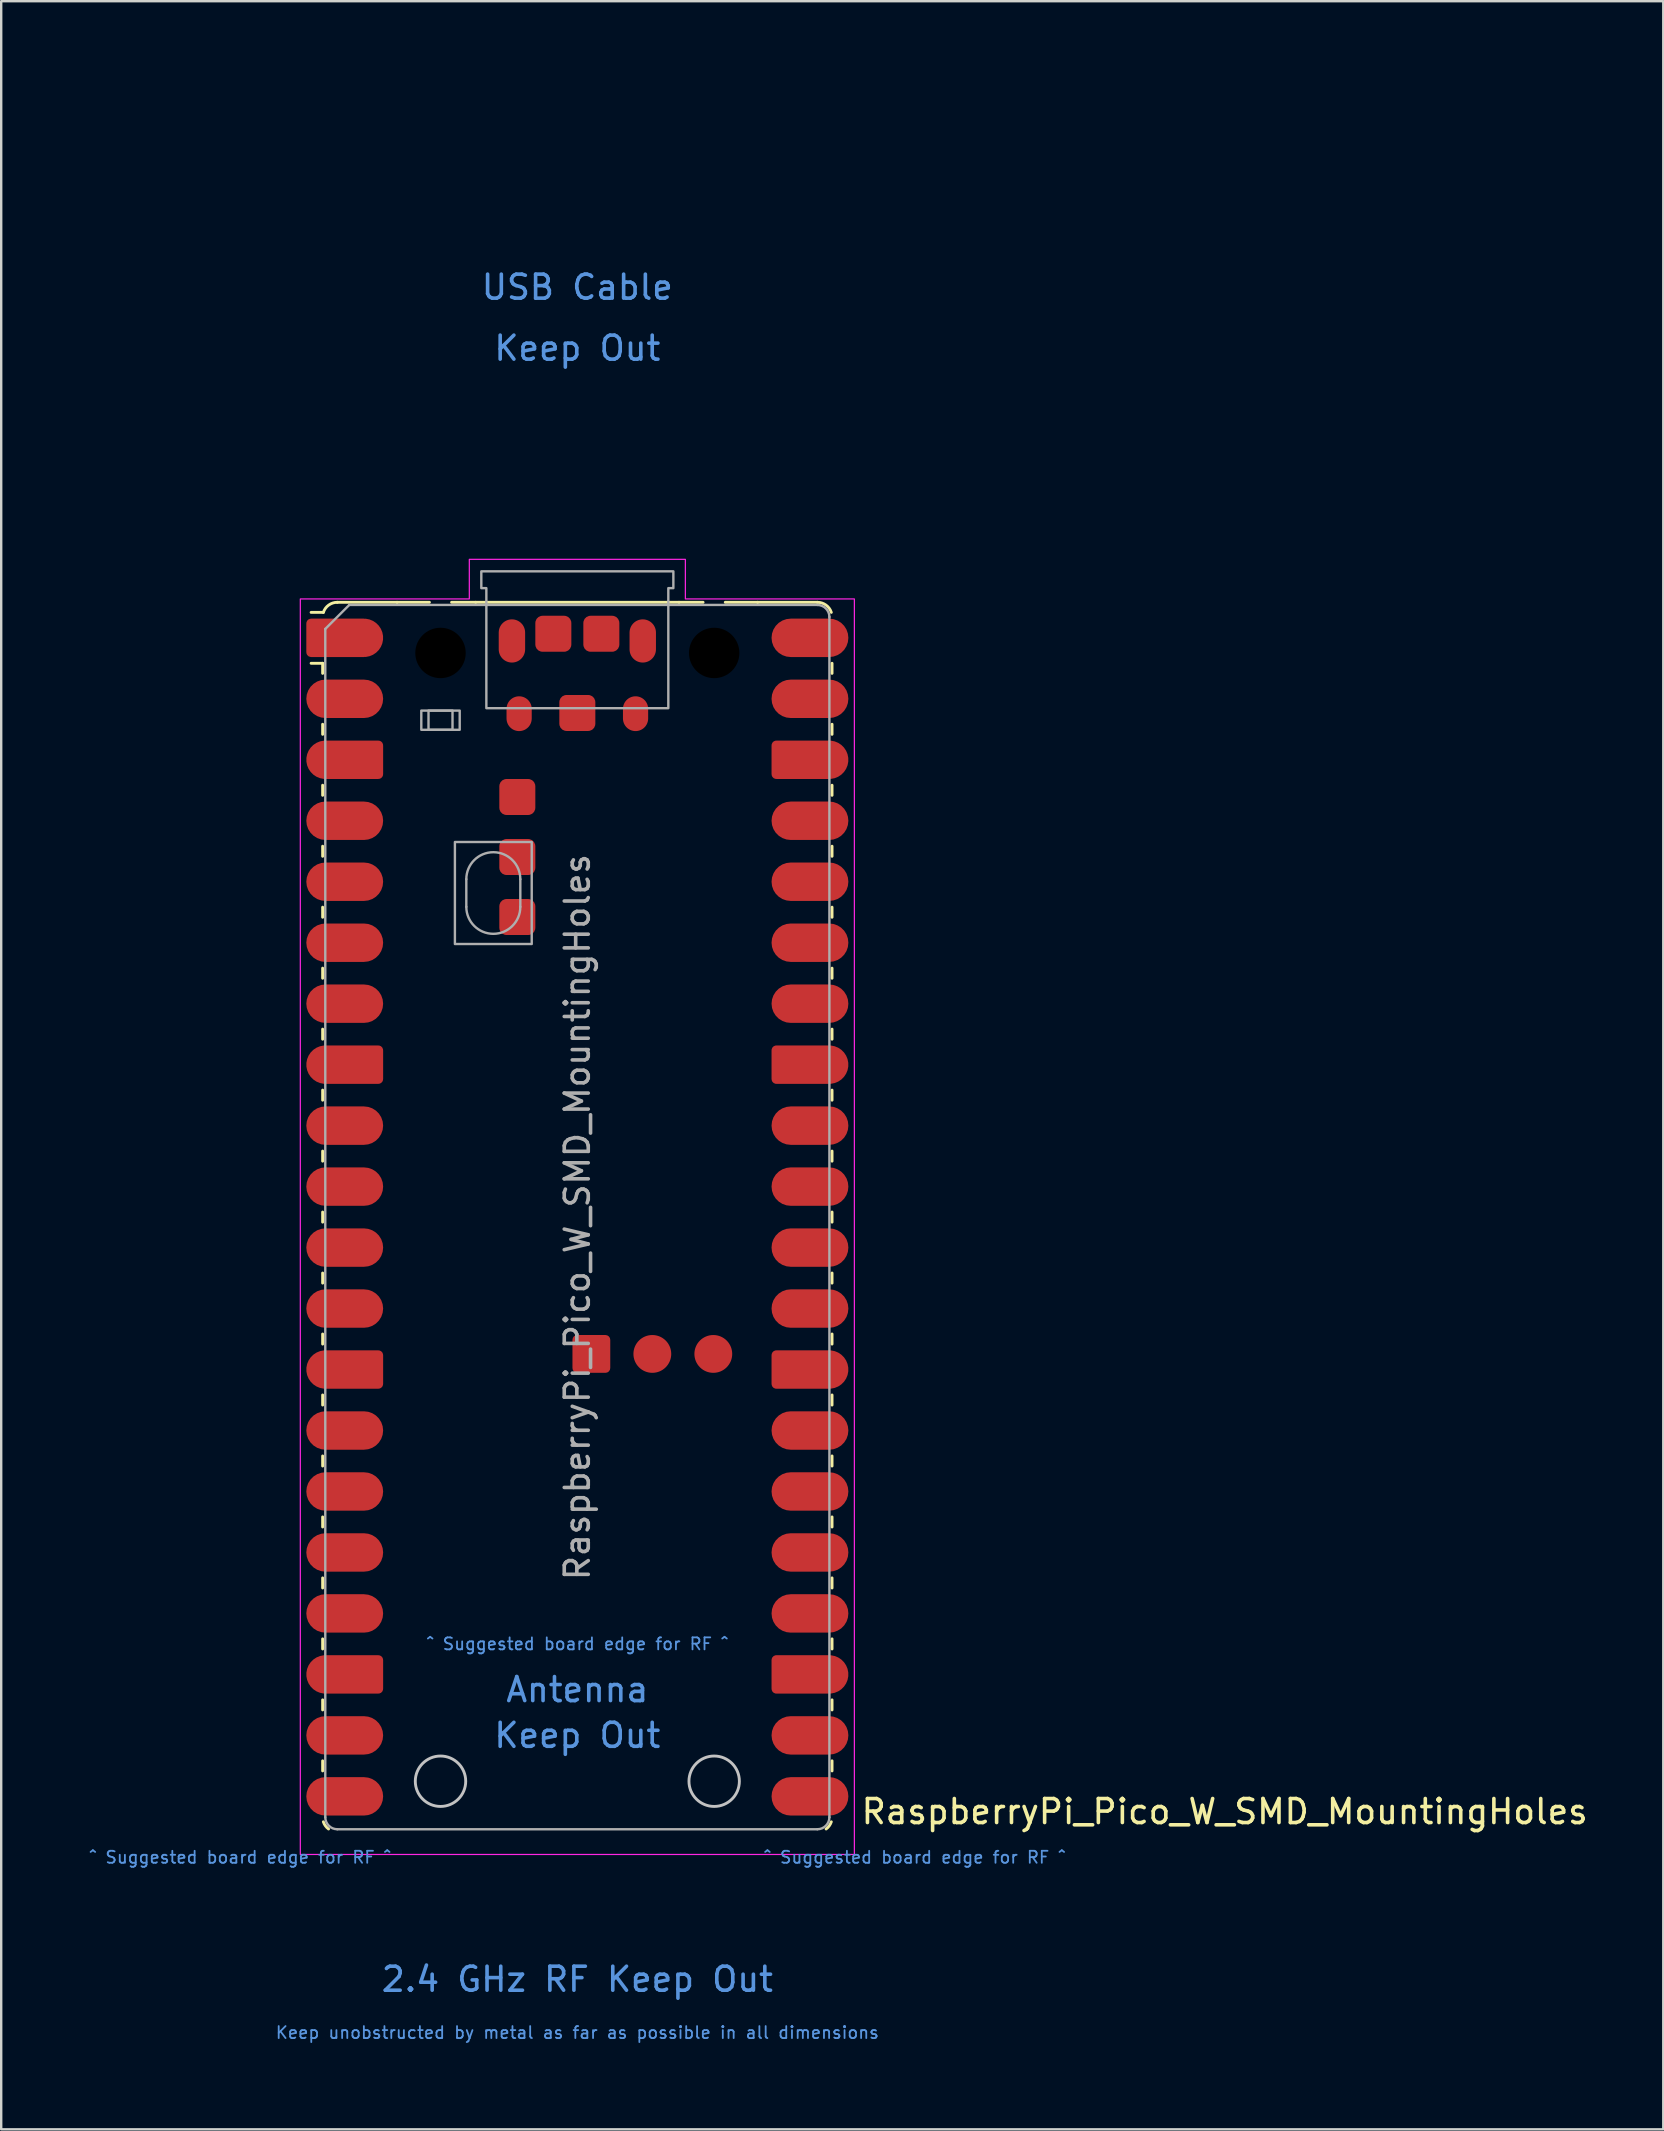
<source format=kicad_pcb>
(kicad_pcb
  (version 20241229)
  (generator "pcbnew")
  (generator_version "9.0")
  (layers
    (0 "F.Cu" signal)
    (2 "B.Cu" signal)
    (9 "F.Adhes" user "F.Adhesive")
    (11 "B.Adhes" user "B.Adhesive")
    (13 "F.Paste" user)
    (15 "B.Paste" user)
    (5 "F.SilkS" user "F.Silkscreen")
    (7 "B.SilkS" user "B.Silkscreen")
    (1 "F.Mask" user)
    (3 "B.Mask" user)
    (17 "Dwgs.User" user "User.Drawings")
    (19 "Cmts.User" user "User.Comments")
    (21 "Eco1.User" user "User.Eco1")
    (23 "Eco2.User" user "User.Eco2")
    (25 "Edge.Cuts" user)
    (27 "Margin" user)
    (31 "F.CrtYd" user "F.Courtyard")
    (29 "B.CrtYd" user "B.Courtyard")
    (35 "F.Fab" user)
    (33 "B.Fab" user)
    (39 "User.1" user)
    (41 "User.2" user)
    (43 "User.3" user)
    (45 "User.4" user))
  (footprint "RaspberryPi_Pico_W_SMD_MountingHoles"
    (layer "F.Cu")
    (at 21 47.65)
    (property "Reference" "RaspberryPi_Pico_W_SMD_MountingHoles" (at 11.748 24.765 0) (unlocked yes) (layer "F.SilkS") (effects (font (size 1 1) (thickness 0.15)) (justify left)))
    (attr smd)
    (fp_line (start -10.61 -23.07) (end -11.09 -23.07) (stroke (width 0.12) (type solid)) (layer "F.SilkS"))
    (fp_line (start -10.61 -23.07) (end -10.61 -22.65) (stroke (width 0.12) (type solid)) (layer "F.SilkS"))
    (fp_line (start -10.61 -20.53) (end -10.61 -20.11) (stroke (width 0.12) (type solid)) (layer "F.SilkS"))
    (fp_line (start -10.61 -17.99) (end -10.61 -17.57) (stroke (width 0.12) (type solid)) (layer "F.SilkS"))
    (fp_line (start -10.61 -15.45) (end -10.61 -15.03) (stroke (width 0.12) (type solid)) (layer "F.SilkS"))
    (fp_line (start -10.61 -12.91) (end -10.61 -12.49) (stroke (width 0.12) (type solid)) (layer "F.SilkS"))
    (fp_line (start -10.61 -10.37) (end -10.61 -9.95) (stroke (width 0.12) (type solid)) (layer "F.SilkS"))
    (fp_line (start -10.61 -7.83) (end -10.61 -7.41) (stroke (width 0.12) (type solid)) (layer "F.SilkS"))
    (fp_line (start -10.61 -5.29) (end -10.61 -4.87) (stroke (width 0.12) (type solid)) (layer "F.SilkS"))
    (fp_line (start -10.61 -2.75) (end -10.61 -2.33) (stroke (width 0.12) (type solid)) (layer "F.SilkS"))
    (fp_line (start -10.61 -0.21) (end -10.61 0.21) (stroke (width 0.12) (type solid)) (layer "F.SilkS"))
    (fp_line (start -10.61 2.33) (end -10.61 2.75) (stroke (width 0.12) (type solid)) (layer "F.SilkS"))
    (fp_line (start -10.61 4.87) (end -10.61 5.29) (stroke (width 0.12) (type solid)) (layer "F.SilkS"))
    (fp_line (start -10.61 7.41) (end -10.61 7.83) (stroke (width 0.12) (type solid)) (layer "F.SilkS"))
    (fp_line (start -10.61 9.95) (end -10.61 10.37) (stroke (width 0.12) (type solid)) (layer "F.SilkS"))
    (fp_line (start -10.61 12.49) (end -10.61 12.91) (stroke (width 0.12) (type solid)) (layer "F.SilkS"))
    (fp_line (start -10.61 15.03) (end -10.61 15.45) (stroke (width 0.12) (type solid)) (layer "F.SilkS"))
    (fp_line (start -10.61 17.57) (end -10.61 17.99) (stroke (width 0.12) (type solid)) (layer "F.SilkS"))
    (fp_line (start -10.61 20.11) (end -10.61 20.53) (stroke (width 0.12) (type solid)) (layer "F.SilkS"))
    (fp_line (start -10.61 22.65) (end -10.61 23.07) (stroke (width 0.12) (type solid)) (layer "F.SilkS"))
    (fp_line (start -10.58 -25.19) (end -11.09 -25.19) (stroke (width 0.12) (type solid)) (layer "F.SilkS"))
    (fp_line (start -10 -25.61) (end -7.51 -25.61) (stroke (width 0.12) (type solid)) (layer "F.SilkS"))
    (fp_line (start -7.51 -25.61) (end -6.162 -25.61) (stroke (width 0.12) (type solid)) (layer "F.SilkS"))
    (fp_line (start -5.238 -25.61) (end -4.235 -25.61) (stroke (width 0.12) (type solid)) (layer "F.SilkS"))
    (fp_line (start -4.235 -25.61) (end 4.235 -25.61) (stroke (width 0.12) (type solid)) (layer "F.SilkS"))
    (fp_line (start 4.235 -25.61) (end 5.238 -25.61) (stroke (width 0.12) (type solid)) (layer "F.SilkS"))
    (fp_line (start 6.162 -25.61) (end 7.51 -25.61) (stroke (width 0.12) (type solid)) (layer "F.SilkS"))
    (fp_line (start 10 -25.61) (end 7.51 -25.61) (stroke (width 0.12) (type solid)) (layer "F.SilkS"))
    (fp_line (start 10.61 -23.07) (end 10.61 -22.65) (stroke (width 0.12) (type solid)) (layer "F.SilkS"))
    (fp_line (start 10.61 -20.53) (end 10.61 -20.11) (stroke (width 0.12) (type solid)) (layer "F.SilkS"))
    (fp_line (start 10.61 -17.99) (end 10.61 -17.57) (stroke (width 0.12) (type solid)) (layer "F.SilkS"))
    (fp_line (start 10.61 -15.45) (end 10.61 -15.03) (stroke (width 0.12) (type solid)) (layer "F.SilkS"))
    (fp_line (start 10.61 -12.91) (end 10.61 -12.49) (stroke (width 0.12) (type solid)) (layer "F.SilkS"))
    (fp_line (start 10.61 -10.37) (end 10.61 -9.95) (stroke (width 0.12) (type solid)) (layer "F.SilkS"))
    (fp_line (start 10.61 -7.83) (end 10.61 -7.41) (stroke (width 0.12) (type solid)) (layer "F.SilkS"))
    (fp_line (start 10.61 -5.29) (end 10.61 -4.87) (stroke (width 0.12) (type solid)) (layer "F.SilkS"))
    (fp_line (start 10.61 -2.75) (end 10.61 -2.33) (stroke (width 0.12) (type solid)) (layer "F.SilkS"))
    (fp_line (start 10.61 -0.21) (end 10.61 0.21) (stroke (width 0.12) (type solid)) (layer "F.SilkS"))
    (fp_line (start 10.61 2.33) (end 10.61 2.75) (stroke (width 0.12) (type solid)) (layer "F.SilkS"))
    (fp_line (start 10.61 4.87) (end 10.61 5.29) (stroke (width 0.12) (type solid)) (layer "F.SilkS"))
    (fp_line (start 10.61 7.41) (end 10.61 7.83) (stroke (width 0.12) (type solid)) (layer "F.SilkS"))
    (fp_line (start 10.61 9.95) (end 10.61 10.37) (stroke (width 0.12) (type solid)) (layer "F.SilkS"))
    (fp_line (start 10.61 12.49) (end 10.61 12.91) (stroke (width 0.12) (type solid)) (layer "F.SilkS"))
    (fp_line (start 10.61 15.03) (end 10.61 15.45) (stroke (width 0.12) (type solid)) (layer "F.SilkS"))
    (fp_line (start 10.61 17.57) (end 10.61 17.99) (stroke (width 0.12) (type solid)) (layer "F.SilkS"))
    (fp_line (start 10.61 20.11) (end 10.61 20.53) (stroke (width 0.12) (type solid)) (layer "F.SilkS"))
    (fp_line (start 10.61 22.65) (end 10.61 23.07) (stroke (width 0.12) (type solid)) (layer "F.SilkS"))
    (fp_arc (start -10.579676 -25.19) (mid -10.357938 -25.493944) (end -10 -25.61) (stroke (width 0.12) (type solid)) (layer "F.SilkS"))
    (fp_arc (start -10.363318 25.49) (mid -10.494791 25.356765) (end -10.579676 25.189937) (stroke (width 0.12) (type solid)) (layer "F.SilkS"))
    (fp_arc (start 10 -25.61) (mid 10.357937 -25.493944) (end 10.579676 -25.189937) (stroke (width 0.12) (type solid)) (layer "F.SilkS"))
    (fp_arc (start 10.579676 25.189937) (mid 10.494813 25.35678) (end 10.363318 25.49) (stroke (width 0.12) (type solid)) (layer "F.SilkS"))
    (fp_circle (center -5.7 23.5) (end -4.65 23.5) (stroke (width 0.12) (type solid)) (fill no) (layer "Dwgs.User"))
    (fp_circle (center 5.7 23.5) (end 6.75 23.5) (stroke (width 0.12) (type solid)) (fill no) (layer "Dwgs.User"))
    (fp_poly (pts (xy -4.5 -27.4) (xy 4.5 -27.4) (xy 4.5 -25.75) (xy 11.54 -25.75) (xy 11.54 26.55) (xy -11.54 26.55) (xy -11.54 -25.75) (xy -4.5 -25.75)) (stroke (width 0.05) (type solid)) (fill no) (layer "F.CrtYd"))
    (fp_line (start -10.5 -24.5) (end -9.5 -25.5) (stroke (width 0.1) (type solid)) (layer "F.Fab"))
    (fp_line (start -10.5 25) (end -10.5 -24.5) (stroke (width 0.1) (type solid)) (layer "F.Fab"))
    (fp_line (start -9.5 -25.5) (end 10 -25.5) (stroke (width 0.1) (type solid)) (layer "F.Fab"))
    (fp_line (start -4.625 -14.075) (end -4.625 -12.925) (stroke (width 0.1) (type solid)) (layer "F.Fab"))
    (fp_line (start -2.375 -14.075) (end -2.375 -12.925) (stroke (width 0.1) (type solid)) (layer "F.Fab"))
    (fp_line (start 10 25.5) (end -10 25.5) (stroke (width 0.1) (type solid)) (layer "F.Fab"))
    (fp_line (start 10.5 -25) (end 10.5 25) (stroke (width 0.1) (type solid)) (layer "F.Fab"))
    (fp_rect (start -6.5 -21.1) (end -4.9 -20.3) (stroke (width 0.1) (type solid)) (fill no) (layer "F.Fab"))
    (fp_rect (start -6.2 -21.1) (end -5.2 -20.3) (stroke (width 0.1) (type solid)) (fill no) (layer "F.Fab"))
    (fp_rect (start -5.1 -15.625) (end -1.9 -11.375) (stroke (width 0.1) (type solid)) (fill no) (layer "F.Fab"))
    (fp_arc (start -10 25.5) (mid -10.353553 25.353553) (end -10.5 25) (stroke (width 0.1) (type solid)) (layer "F.Fab"))
    (fp_arc (start -4.625 -14.075) (mid -3.5 -15.2) (end -2.375 -14.075) (stroke (width 0.1) (type solid)) (layer "F.Fab"))
    (fp_arc (start -2.375 -12.925) (mid -3.5 -11.8) (end -4.625 -12.925) (stroke (width 0.1) (type solid)) (layer "F.Fab"))
    (fp_arc (start 10 -25.5) (mid 10.353553 -25.353553) (end 10.5 -25) (stroke (width 0.1) (type solid)) (layer "F.Fab"))
    (fp_arc (start 10.5 25) (mid 10.353553 25.353553) (end 10 25.5) (stroke (width 0.1) (type solid)) (layer "F.Fab"))
    (fp_poly (pts (xy 3.79 -21.2) (xy 3.79 -26.2) (xy 4 -26.2) (xy 4 -26.9) (xy -4 -26.9) (xy -4 -26.2) (xy -3.79 -26.2) (xy -3.79 -21.2)) (stroke (width 0.1) (type solid)) (fill no) (layer "F.Fab"))
    (fp_text user "2.4 GHz RF Keep Out" (at 0 31.75 0) (unlocked yes) (layer "Cmts.User") (effects (font (size 1 1) (thickness 0.15))))
    (fp_text user "Keep Out" (at 0 -36.195 0) (unlocked yes) (layer "Cmts.User") (effects (font (size 1 1) (thickness 0.15))))
    (fp_text user "Antenna" (at 0 19.685 0) (unlocked yes) (layer "Cmts.User") (effects (font (size 1 1) (thickness 0.15))))
    (fp_text user "USB Cable" (at 0 -38.735 0) (unlocked yes) (layer "Cmts.User") (effects (font (size 1 1) (thickness 0.15))))
    (fp_text user "Keep Out" (at 0 21.59 0) (unlocked yes) (layer "Cmts.User") (effects (font (size 1 1) (thickness 0.15))))
    (fp_text user "^ Suggested board edge for RF ^" (at -14.05 26.67 0) (unlocked yes) (layer "Cmts.User") (effects (font (size 0.5 0.5) (thickness 0.075))))
    (fp_text user "Keep unobstructed by metal as far as possible in all dimensions" (at 0 33.972 0) (unlocked yes) (layer "Cmts.User") (effects (font (size 0.5 0.5) (thickness 0.075))))
    (fp_text user "^ Suggested board edge for RF ^" (at 14.05 26.67 0) (unlocked yes) (layer "Cmts.User") (effects (font (size 0.5 0.5) (thickness 0.075))))
    (fp_text user "^ Suggested board edge for RF ^" (at 0 17.78 0) (unlocked yes) (layer "Cmts.User") (effects (font (size 0.5 0.5) (thickness 0.075))))
    (fp_text user "${REFERENCE}" (at 0 0 90) (layer "F.Fab") (effects (font (size 1 1) (thickness 0.15))))
    (pad "" np_thru_hole circle (at -5.7 -23.5) (size 3.8 3.8) (drill 2.1) (layers "*.Mask"))
    (pad "" smd oval (at -2.725 -24) (size 1.1 1.8) (layers "F.Cu" "F.Mask" "F.Paste"))
    (pad "" smd oval (at -2.425 -20.97) (size 1.05 1.45) (layers "F.Cu" "F.Mask" "F.Paste"))
    (pad "" smd oval (at 2.425 -20.97) (size 1.05 1.45) (layers "F.Cu" "F.Mask" "F.Paste"))
    (pad "" smd oval (at 2.725 -24) (size 1.1 1.8) (layers "F.Cu" "F.Mask" "F.Paste"))
    (pad "" np_thru_hole circle (at 5.7 -23.5) (size 3.8 3.8) (drill 2.1) (layers "*.Mask"))
    (pad "1" smd custom (at -8.89 -24.13) (size 1.6 1.6) (layers "F.Cu" "F.Mask" "F.Paste") (options (anchor circle)) (primitives (gr_poly (pts (xy -2.4 0.6) (xy -2.4 -0.6) (xy -2.2 -0.8) (xy 0 -0.8) (xy 0 0.8) (xy -2.2 0.8)) (width 0) (fill yes)) (gr_circle (center -2.2 0.6) (end -2 0.6) (width 0) (fill yes)) (gr_circle (center -2.2 -0.6) (end -2 -0.6) (width 0) (fill yes))))
    (pad "2" smd roundrect (at -8.89 -21.59) (size 3.2 1.6) (drill (offset -0.8 0)) (layers "F.Cu" "F.Mask" "F.Paste") (roundrect_rratio 0.5))
    (pad "3" smd custom (at -8.89 -19.05) (size 1.6 1.6) (layers "F.Cu" "F.Mask" "F.Paste") (options (anchor circle)) (primitives (gr_poly (pts (xy 0.8 -0.6) (xy 0.8 0.6) (xy 0.6 0.8) (xy -1.6 0.8) (xy -1.6 -0.8) (xy 0.6 -0.8)) (width 0) (fill yes)) (gr_circle (center 0.6 0.6) (end 0.8 0.6) (width 0) (fill yes)) (gr_circle (center 0.6 -0.6) (end 0.8 -0.6) (width 0) (fill yes)) (gr_circle (center -1.6 0) (end -0.8 0) (width 0) (fill yes))))
    (pad "4" smd roundrect (at -8.89 -16.51) (size 3.2 1.6) (drill (offset -0.8 0)) (layers "F.Cu" "F.Mask" "F.Paste") (roundrect_rratio 0.5))
    (pad "5" smd roundrect (at -8.89 -13.97) (size 3.2 1.6) (drill (offset -0.8 0)) (layers "F.Cu" "F.Mask" "F.Paste") (roundrect_rratio 0.5))
    (pad "6" smd roundrect (at -8.89 -11.43) (size 3.2 1.6) (drill (offset -0.8 0)) (layers "F.Cu" "F.Mask" "F.Paste") (roundrect_rratio 0.5))
    (pad "7" smd roundrect (at -8.89 -8.89) (size 3.2 1.6) (drill (offset -0.8 0)) (layers "F.Cu" "F.Mask" "F.Paste") (roundrect_rratio 0.5))
    (pad "8" smd custom (at -8.89 -6.35) (size 1.6 1.6) (layers "F.Cu" "F.Mask" "F.Paste") (options (anchor circle)) (primitives (gr_poly (pts (xy 0.8 -0.6) (xy 0.8 0.6) (xy 0.6 0.8) (xy -1.6 0.8) (xy -1.6 -0.8) (xy 0.6 -0.8)) (width 0) (fill yes)) (gr_circle (center 0.6 0.6) (end 0.8 0.6) (width 0) (fill yes)) (gr_circle (center 0.6 -0.6) (end 0.8 -0.6) (width 0) (fill yes)) (gr_circle (center -1.6 0) (end -0.8 0) (width 0) (fill yes))))
    (pad "9" smd roundrect (at -8.89 -3.81) (size 3.2 1.6) (drill (offset -0.8 0)) (layers "F.Cu" "F.Mask" "F.Paste") (roundrect_rratio 0.5))
    (pad "10" smd roundrect (at -8.89 -1.27) (size 3.2 1.6) (drill (offset -0.8 0)) (layers "F.Cu" "F.Mask" "F.Paste") (roundrect_rratio 0.5))
    (pad "11" smd roundrect (at -8.89 1.27) (size 3.2 1.6) (drill (offset -0.8 0)) (layers "F.Cu" "F.Mask" "F.Paste") (roundrect_rratio 0.5))
    (pad "12" smd roundrect (at -8.89 3.81) (size 3.2 1.6) (drill (offset -0.8 0)) (layers "F.Cu" "F.Mask" "F.Paste") (roundrect_rratio 0.5))
    (pad "13" smd custom (at -8.89 6.35) (size 1.6 1.6) (layers "F.Cu" "F.Mask" "F.Paste") (options (anchor circle)) (primitives (gr_poly (pts (xy 0.8 -0.6) (xy 0.8 0.6) (xy 0.6 0.8) (xy -1.6 0.8) (xy -1.6 -0.8) (xy 0.6 -0.8)) (width 0) (fill yes)) (gr_circle (center 0.6 0.6) (end 0.8 0.6) (width 0) (fill yes)) (gr_circle (center 0.6 -0.6) (end 0.8 -0.6) (width 0) (fill yes)) (gr_circle (center -1.6 0) (end -0.8 0) (width 0) (fill yes))))
    (pad "14" smd roundrect (at -8.89 8.89) (size 3.2 1.6) (drill (offset -0.8 0)) (layers "F.Cu" "F.Mask" "F.Paste") (roundrect_rratio 0.5))
    (pad "15" smd roundrect (at -8.89 11.43) (size 3.2 1.6) (drill (offset -0.8 0)) (layers "F.Cu" "F.Mask" "F.Paste") (roundrect_rratio 0.5))
    (pad "16" smd roundrect (at -8.89 13.97) (size 3.2 1.6) (drill (offset -0.8 0)) (layers "F.Cu" "F.Mask" "F.Paste") (roundrect_rratio 0.5))
    (pad "17" smd roundrect (at -8.89 16.51) (size 3.2 1.6) (drill (offset -0.8 0)) (layers "F.Cu" "F.Mask" "F.Paste") (roundrect_rratio 0.5))
    (pad "18" smd custom (at -8.89 19.05) (size 1.6 1.6) (layers "F.Cu" "F.Mask" "F.Paste") (options (anchor circle)) (primitives (gr_poly (pts (xy 0.8 -0.6) (xy 0.8 0.6) (xy 0.6 0.8) (xy -1.6 0.8) (xy -1.6 -0.8) (xy 0.6 -0.8)) (width 0) (fill yes)) (gr_circle (center 0.6 0.6) (end 0.8 0.6) (width 0) (fill yes)) (gr_circle (center 0.6 -0.6) (end 0.8 -0.6) (width 0) (fill yes)) (gr_circle (center -1.6 0) (end -0.8 0) (width 0) (fill yes))))
    (pad "19" smd roundrect (at -8.89 21.59) (size 3.2 1.6) (drill (offset -0.8 0)) (layers "F.Cu" "F.Mask" "F.Paste") (roundrect_rratio 0.5))
    (pad "20" smd roundrect (at -8.89 24.13) (size 3.2 1.6) (drill (offset -0.8 0)) (layers "F.Cu" "F.Mask" "F.Paste") (roundrect_rratio 0.5))
    (pad "21" smd roundrect (at 8.89 24.13) (size 3.2 1.6) (drill (offset 0.8 0)) (layers "F.Cu" "F.Mask" "F.Paste") (roundrect_rratio 0.5))
    (pad "22" smd roundrect (at 8.89 21.59) (size 3.2 1.6) (drill (offset 0.8 0)) (layers "F.Cu" "F.Mask" "F.Paste") (roundrect_rratio 0.5))
    (pad "23" smd custom (at 8.89 19.05) (size 1.6 1.6) (layers "F.Cu" "F.Mask" "F.Paste") (options (anchor circle)) (primitives (gr_poly (pts (xy -0.8 -0.6) (xy -0.8 0.6) (xy -0.6 0.8) (xy 1.6 0.8) (xy 1.6 -0.8) (xy -0.6 -0.8)) (width 0) (fill yes)) (gr_circle (center -0.6 0.6) (end -0.4 0.6) (width 0) (fill yes)) (gr_circle (center -0.6 -0.6) (end -0.4 -0.6) (width 0) (fill yes)) (gr_circle (center 1.6 0) (end 2.4 0) (width 0) (fill yes))))
    (pad "24" smd roundrect (at 8.89 16.51) (size 3.2 1.6) (drill (offset 0.8 0)) (layers "F.Cu" "F.Mask" "F.Paste") (roundrect_rratio 0.5))
    (pad "25" smd roundrect (at 8.89 13.97) (size 3.2 1.6) (drill (offset 0.8 0)) (layers "F.Cu" "F.Mask" "F.Paste") (roundrect_rratio 0.5))
    (pad "26" smd roundrect (at 8.89 11.43) (size 3.2 1.6) (drill (offset 0.8 0)) (layers "F.Cu" "F.Mask" "F.Paste") (roundrect_rratio 0.5))
    (pad "27" smd roundrect (at 8.89 8.89) (size 3.2 1.6) (drill (offset 0.8 0)) (layers "F.Cu" "F.Mask" "F.Paste") (roundrect_rratio 0.5))
    (pad "28" smd custom (at 8.89 6.35) (size 1.6 1.6) (layers "F.Cu" "F.Mask" "F.Paste") (options (anchor circle)) (primitives (gr_poly (pts (xy -0.8 -0.6) (xy -0.8 0.6) (xy -0.6 0.8) (xy 1.6 0.8) (xy 1.6 -0.8) (xy -0.6 -0.8)) (width 0) (fill yes)) (gr_circle (center -0.6 0.6) (end -0.4 0.6) (width 0) (fill yes)) (gr_circle (center -0.6 -0.6) (end -0.4 -0.6) (width 0) (fill yes)) (gr_circle (center 1.6 0) (end 2.4 0) (width 0) (fill yes))))
    (pad "29" smd roundrect (at 8.89 3.81) (size 3.2 1.6) (drill (offset 0.8 0)) (layers "F.Cu" "F.Mask" "F.Paste") (roundrect_rratio 0.5))
    (pad "30" smd roundrect (at 8.89 1.27) (size 3.2 1.6) (drill (offset 0.8 0)) (layers "F.Cu" "F.Mask" "F.Paste") (roundrect_rratio 0.5))
    (pad "31" smd roundrect (at 8.89 -1.27) (size 3.2 1.6) (drill (offset 0.8 0)) (layers "F.Cu" "F.Mask" "F.Paste") (roundrect_rratio 0.5))
    (pad "32" smd roundrect (at 8.89 -3.81) (size 3.2 1.6) (drill (offset 0.8 0)) (layers "F.Cu" "F.Mask" "F.Paste") (roundrect_rratio 0.5))
    (pad "33" smd custom (at 8.89 -6.35) (size 1.6 1.6) (layers "F.Cu" "F.Mask" "F.Paste") (options (anchor circle)) (primitives (gr_poly (pts (xy -0.8 -0.6) (xy -0.8 0.6) (xy -0.6 0.8) (xy 1.6 0.8) (xy 1.6 -0.8) (xy -0.6 -0.8)) (width 0) (fill yes)) (gr_circle (center -0.6 0.6) (end -0.4 0.6) (width 0) (fill yes)) (gr_circle (center -0.6 -0.6) (end -0.4 -0.6) (width 0) (fill yes)) (gr_circle (center 1.6 0) (end 2.4 0) (width 0) (fill yes))))
    (pad "34" smd roundrect (at 8.89 -8.89) (size 3.2 1.6) (drill (offset 0.8 0)) (layers "F.Cu" "F.Mask" "F.Paste") (roundrect_rratio 0.5))
    (pad "35" smd roundrect (at 8.89 -11.43) (size 3.2 1.6) (drill (offset 0.8 0)) (layers "F.Cu" "F.Mask" "F.Paste") (roundrect_rratio 0.5))
    (pad "36" smd roundrect (at 8.89 -13.97) (size 3.2 1.6) (drill (offset 0.8 0)) (layers "F.Cu" "F.Mask" "F.Paste") (roundrect_rratio 0.5))
    (pad "37" smd roundrect (at 8.89 -16.51) (size 3.2 1.6) (drill (offset 0.8 0)) (layers "F.Cu" "F.Mask" "F.Paste") (roundrect_rratio 0.5))
    (pad "38" smd custom (at 8.89 -19.05) (size 1.6 1.6) (layers "F.Cu" "F.Mask" "F.Paste") (options (anchor circle)) (primitives (gr_poly (pts (xy -0.8 -0.6) (xy -0.8 0.6) (xy -0.6 0.8) (xy 1.6 0.8) (xy 1.6 -0.8) (xy -0.6 -0.8)) (width 0) (fill yes)) (gr_circle (center -0.6 0.6) (end -0.4 0.6) (width 0) (fill yes)) (gr_circle (center -0.6 -0.6) (end -0.4 -0.6) (width 0) (fill yes)) (gr_circle (center 1.6 0) (end 2.4 0) (width 0) (fill yes))))
    (pad "39" smd roundrect (at 8.89 -21.59) (size 3.2 1.6) (drill (offset 0.8 0)) (layers "F.Cu" "F.Mask" "F.Paste") (roundrect_rratio 0.5))
    (pad "40" smd roundrect (at 8.89 -24.13) (size 3.2 1.6) (drill (offset 0.8 0)) (layers "F.Cu" "F.Mask" "F.Paste") (roundrect_rratio 0.5))
    (pad "D1" smd roundrect (at 0.584 5.7) (size 1.575 1.575) (layers "F.Cu" "F.Mask" "F.Paste") (roundrect_rratio 0.127))
    (pad "D2" smd circle (at 3.124 5.7) (size 1.575 1.575) (layers "F.Cu" "F.Mask" "F.Paste"))
    (pad "D3" smd circle (at 5.664 5.7) (size 1.575 1.575) (layers "F.Cu" "F.Mask" "F.Paste"))
    (pad "TP1" smd roundrect (at 0 -21) (size 1.5 1.5) (layers "F.Cu" "F.Mask" "F.Paste") (roundrect_rratio 0.2))
    (pad "TP2" smd roundrect (at 1 -24.3) (size 1.5 1.5) (layers "F.Cu" "F.Mask" "F.Paste") (roundrect_rratio 0.2))
    (pad "TP3" smd roundrect (at -1 -24.3) (size 1.5 1.5) (layers "F.Cu" "F.Mask" "F.Paste") (roundrect_rratio 0.2))
    (pad "TP4" smd roundrect (at -2.5 -17.5) (size 1.5 1.5) (layers "F.Cu" "F.Mask" "F.Paste") (roundrect_rratio 0.2))
    (pad "TP5" smd roundrect (at -2.5 -15) (size 1.5 1.5) (layers "F.Cu" "F.Mask" "F.Paste") (roundrect_rratio 0.2))
    (pad "TP6" smd roundrect (at -2.5 -12.5) (size 1.5 1.5) (layers "F.Cu" "F.Mask" "F.Paste") (roundrect_rratio 0.2))
    (zone (net_name "") (layers "F.Cu" "B.Cu" "F.Paste" "B.Paste") (name "RF Copper Keep Out") (hatch full 0.5) (connect_pads) (min_thickness 0.254) (filled_areas_thickness no) (keepout (tracks not_allowed) (vias not_allowed) (pads not_allowed) (copperpour not_allowed) (footprints not_allowed)) (placement (enabled no)) (fill) (polygon (pts (xy 0 72.65) (xy 42 72.65) (xy 42 82.65) (xy 0 82.65))))
    (zone (net_name "") (layers "F.Cu" "B.Cu" "F.Paste" "B.Paste") (name "Antenna Copper Keep Out") (hatch full 0.5) (connect_pads) (min_thickness 0.254) (filled_areas_thickness no) (keepout (tracks not_allowed) (vias not_allowed) (pads not_allowed) (copperpour not_allowed) (footprints not_allowed)) (placement (enabled no)) (fill) (polygon (pts (xy 18.6 72.64) (xy 13.9 68.99) (xy 13.9 64.65) (xy 28.1 64.65) (xy 28.1 68.99) (xy 23.4 72.64) (xy 23.4 72.65) (xy 18.6 72.65))))
    (zone (net_name "") (layer "Edge.Cuts") (name "Board Keep Out USB Cable") (hatch edge 0.5) (connect_pads) (min_thickness 0.254) (filled_areas_thickness no) (keepout (tracks allowed) (vias allowed) (pads allowed) (copperpour allowed) (footprints allowed)) (placement (enabled no)) (fill) (polygon (pts (xy 14.8 0) (xy 27.2 0) (xy 27.2 20.4) (xy 14.8 20.4))))
    (zone (net_name "") (layer "Edge.Cuts") (name "Board Keep Out Suggestion RF") (hatch edge 0.5) (connect_pads) (min_thickness 0.254) (filled_areas_thickness no) (keepout (tracks allowed) (vias allowed) (pads allowed) (copperpour allowed) (footprints allowed)) (placement (enabled no)) (fill) (polygon (pts (xy 28.1 73.65) (xy 42 73.65) (xy 42 82.65) (xy 0 82.65) (xy 0 73.65) (xy 13.9 73.65) (xy 13.9 64.65) (xy 28.1 64.65))))
    (zone (net_name "") (layer "F.CrtYd") (name "USB Cable Keep Out") (hatch full 0.5) (connect_pads) (min_thickness 0.254) (filled_areas_thickness no) (keepout (tracks allowed) (vias allowed) (pads allowed) (copperpour allowed) (footprints not_allowed)) (placement (enabled no)) (fill) (polygon (pts (xy 15.25 19.95) (xy 17.06 19.95) (xy 17.06 20.25) (xy 24.94 20.25) (xy 24.94 19.95) (xy 26.75 19.95) (xy 26.75 0.45) (xy 15.25 0.45)))))
  (gr_rect
    (start -3 -3)
    (end 66.236 85.65)
    (stroke (width 0.1) (type default))
    (fill no)
    (layer "Edge.Cuts")))
</source>
